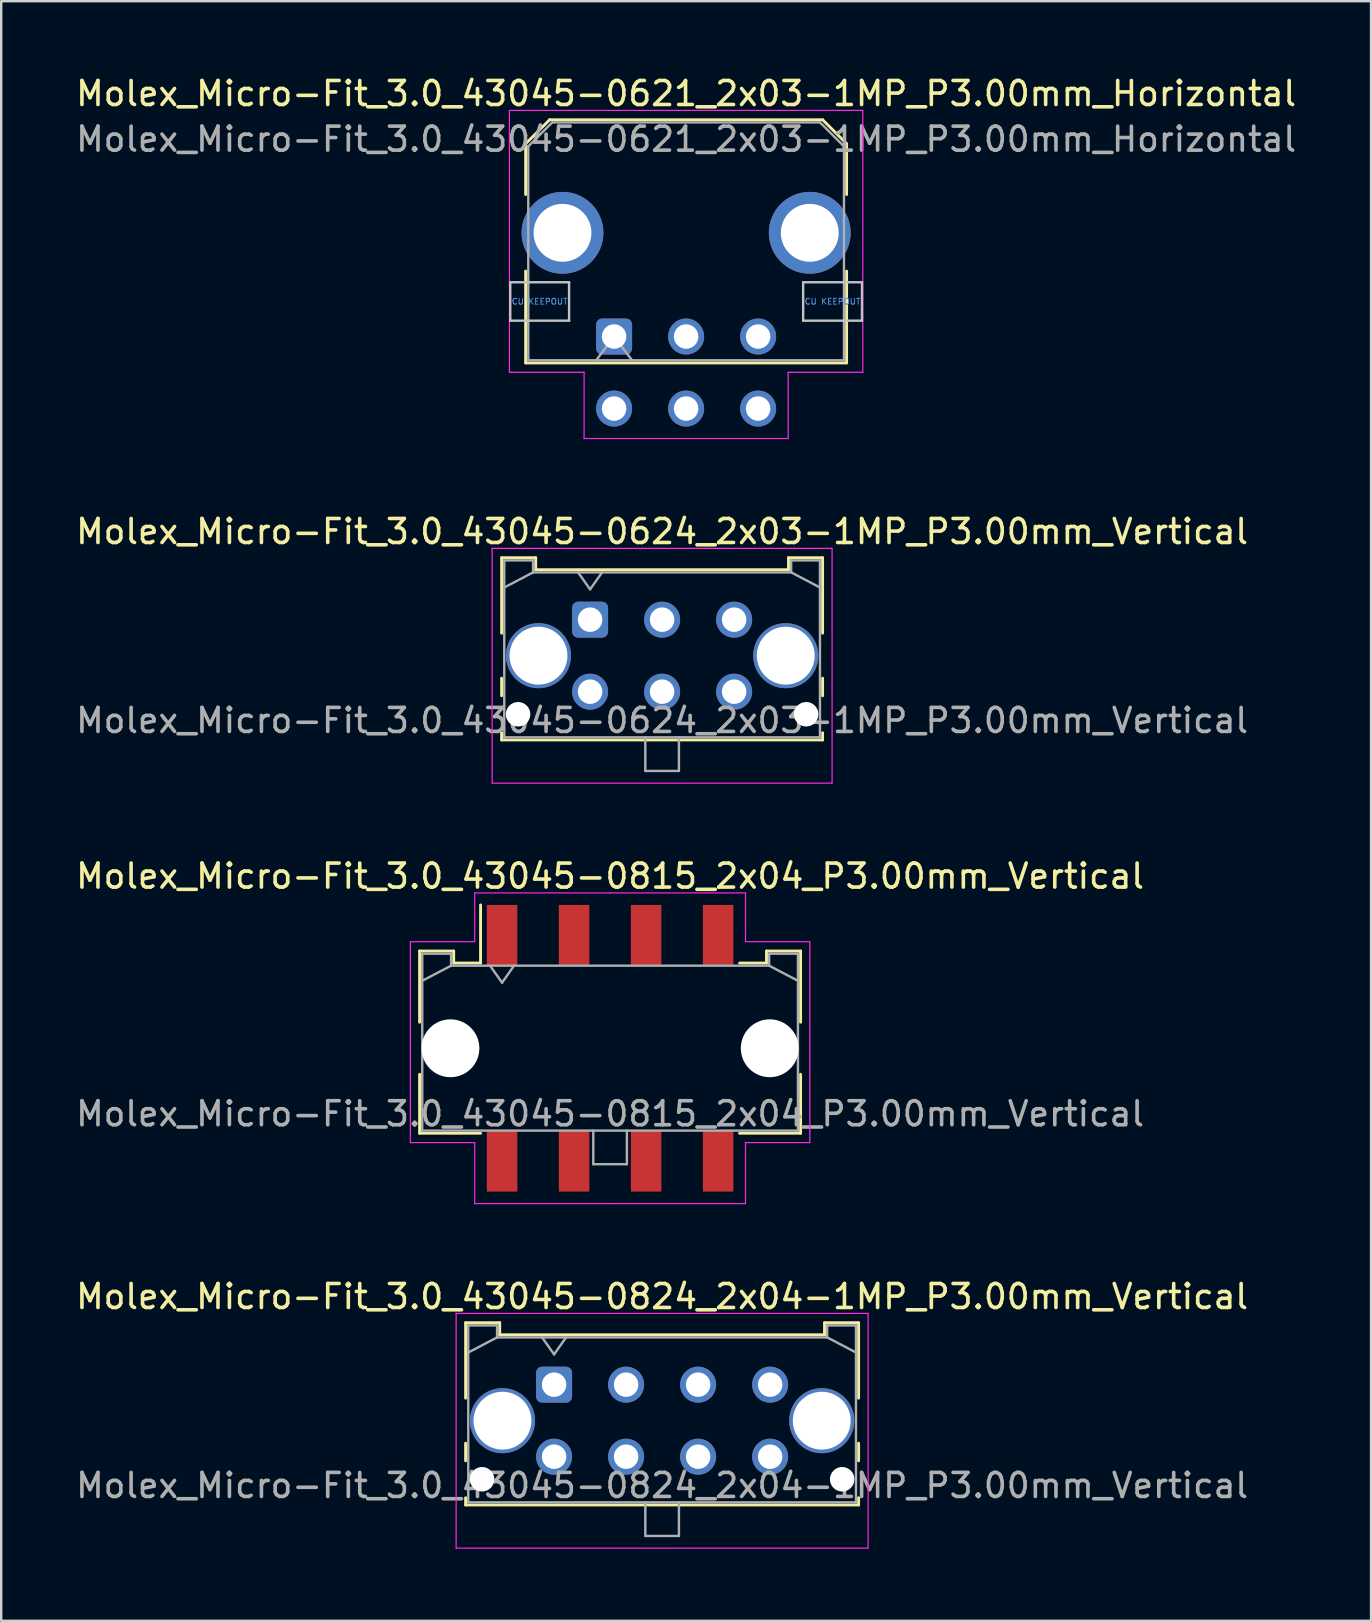
<source format=kicad_pcb>
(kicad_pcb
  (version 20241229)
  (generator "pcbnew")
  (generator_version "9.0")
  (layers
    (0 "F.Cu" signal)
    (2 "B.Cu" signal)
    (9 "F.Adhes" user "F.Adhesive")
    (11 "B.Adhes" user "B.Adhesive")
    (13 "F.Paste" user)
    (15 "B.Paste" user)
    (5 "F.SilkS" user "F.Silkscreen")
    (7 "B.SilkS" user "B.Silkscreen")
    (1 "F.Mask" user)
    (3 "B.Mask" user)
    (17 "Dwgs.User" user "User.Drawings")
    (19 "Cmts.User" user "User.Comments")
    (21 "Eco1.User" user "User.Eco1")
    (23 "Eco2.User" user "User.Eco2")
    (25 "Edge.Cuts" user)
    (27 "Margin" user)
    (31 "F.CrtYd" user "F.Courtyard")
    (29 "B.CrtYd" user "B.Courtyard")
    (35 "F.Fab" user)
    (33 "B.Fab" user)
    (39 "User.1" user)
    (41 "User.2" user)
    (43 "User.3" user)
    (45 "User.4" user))
  (footprint "Molex_Micro-Fit_3.0_43045-0824_2x04-1MP_P3.00mm_Vertical"
    (layer "F.Cu")
    (at 20.03 54.628)
    (property "Reference" "Molex_Micro-Fit_3.0_43045-0824_2x04-1MP_P3.00mm_Vertical" (at 4.5 -3.67 0) (layer "F.SilkS") (effects (font (size 1 1) (thickness 0.15))))
    (fp_line (start -3.685 -2.58) (end -2.265 -2.58) (stroke (width 0.12) (type solid)) (layer "F.SilkS"))
    (fp_line (start -3.685 0.562) (end -3.685 -2.58) (stroke (width 0.12) (type solid)) (layer "F.SilkS"))
    (fp_line (start -3.685 2.438) (end -3.685 3.17) (stroke (width 0.12) (type solid)) (layer "F.SilkS"))
    (fp_line (start -3.685 4.71) (end -3.685 5.01) (stroke (width 0.12) (type solid)) (layer "F.SilkS"))
    (fp_line (start -3.685 5.01) (end 12.685 5.01) (stroke (width 0.12) (type solid)) (layer "F.SilkS"))
    (fp_line (start -2.265 -2.58) (end -2.265 -2.08) (stroke (width 0.12) (type solid)) (layer "F.SilkS"))
    (fp_line (start -2.265 -2.08) (end 11.265 -2.08) (stroke (width 0.12) (type solid)) (layer "F.SilkS"))
    (fp_line (start 11.265 -2.58) (end 12.685 -2.58) (stroke (width 0.12) (type solid)) (layer "F.SilkS"))
    (fp_line (start 11.265 -2.08) (end 11.265 -2.58) (stroke (width 0.12) (type solid)) (layer "F.SilkS"))
    (fp_line (start 12.685 -2.58) (end 12.685 0.562) (stroke (width 0.12) (type solid)) (layer "F.SilkS"))
    (fp_line (start 12.685 2.438) (end 12.685 3.17) (stroke (width 0.12) (type solid)) (layer "F.SilkS"))
    (fp_line (start 12.685 5.01) (end 12.685 4.71) (stroke (width 0.12) (type solid)) (layer "F.SilkS"))
    (fp_line (start -4.08 -2.97) (end 13.08 -2.97) (stroke (width 0.05) (type solid)) (layer "F.CrtYd"))
    (fp_line (start -4.08 6.81) (end -4.08 -2.97) (stroke (width 0.05) (type solid)) (layer "F.CrtYd"))
    (fp_line (start 13.08 -2.97) (end 13.08 6.81) (stroke (width 0.05) (type solid)) (layer "F.CrtYd"))
    (fp_line (start 13.08 6.81) (end -4.08 6.81) (stroke (width 0.05) (type solid)) (layer "F.CrtYd"))
    (fp_line (start -3.575 -2.47) (end -3.575 4.9) (stroke (width 0.1) (type solid)) (layer "F.Fab"))
    (fp_line (start -3.575 -1.34) (end -2.375 -1.97) (stroke (width 0.1) (type solid)) (layer "F.Fab"))
    (fp_line (start -3.575 4.9) (end 12.575 4.9) (stroke (width 0.1) (type solid)) (layer "F.Fab"))
    (fp_line (start -2.375 -2.47) (end -3.575 -2.47) (stroke (width 0.1) (type solid)) (layer "F.Fab"))
    (fp_line (start -2.375 -1.97) (end -2.375 -2.47) (stroke (width 0.1) (type solid)) (layer "F.Fab"))
    (fp_line (start -0.5 -1.97) (end 0 -1.263) (stroke (width 0.1) (type solid)) (layer "F.Fab"))
    (fp_line (start 0 -1.263) (end 0.5 -1.97) (stroke (width 0.1) (type solid)) (layer "F.Fab"))
    (fp_line (start 3.8 4.9) (end 3.8 6.3) (stroke (width 0.1) (type solid)) (layer "F.Fab"))
    (fp_line (start 3.8 6.3) (end 5.2 6.3) (stroke (width 0.1) (type solid)) (layer "F.Fab"))
    (fp_line (start 5.2 6.3) (end 5.2 4.9) (stroke (width 0.1) (type solid)) (layer "F.Fab"))
    (fp_line (start 11.375 -2.47) (end 11.375 -1.97) (stroke (width 0.1) (type solid)) (layer "F.Fab"))
    (fp_line (start 11.375 -1.97) (end -2.375 -1.97) (stroke (width 0.1) (type solid)) (layer "F.Fab"))
    (fp_line (start 12.575 -2.47) (end 11.375 -2.47) (stroke (width 0.1) (type solid)) (layer "F.Fab"))
    (fp_line (start 12.575 -1.34) (end 11.375 -1.97) (stroke (width 0.1) (type solid)) (layer "F.Fab"))
    (fp_line (start 12.575 4.9) (end 12.575 -2.47) (stroke (width 0.1) (type solid)) (layer "F.Fab"))
    (fp_text user "${REFERENCE}" (at 4.5 4.2 0) (layer "F.Fab") (effects (font (size 1 1) (thickness 0.15))))
    (pad "" np_thru_hole circle (at -3 3.94) (size 1.02 1.02) (drill 1.02) (layers "*.Cu" "*.Mask"))
    (pad "" np_thru_hole circle (at 12 3.94) (size 1.02 1.02) (drill 1.02) (layers "*.Cu" "*.Mask"))
    (pad "1" thru_hole roundrect (at 0 0) (size 1.5 1.5) (drill 1.02) (layers "*.Cu" "*.Mask") (roundrect_rratio 0.167))
    (pad "2" thru_hole circle (at 3 0) (size 1.5 1.5) (drill 1.02) (layers "*.Cu" "*.Mask"))
    (pad "3" thru_hole circle (at 6 0) (size 1.5 1.5) (drill 1.02) (layers "*.Cu" "*.Mask"))
    (pad "4" thru_hole circle (at 9 0) (size 1.5 1.5) (drill 1.02) (layers "*.Cu" "*.Mask"))
    (pad "5" thru_hole circle (at 0 3) (size 1.5 1.5) (drill 1.02) (layers "*.Cu" "*.Mask"))
    (pad "6" thru_hole circle (at 3 3) (size 1.5 1.5) (drill 1.02) (layers "*.Cu" "*.Mask"))
    (pad "7" thru_hole circle (at 6 3) (size 1.5 1.5) (drill 1.02) (layers "*.Cu" "*.Mask"))
    (pad "8" thru_hole circle (at 9 3) (size 1.5 1.5) (drill 1.02) (layers "*.Cu" "*.Mask"))
    (pad "MP" thru_hole circle (at -2.15 1.5) (size 2.71 2.71) (drill 2.41) (layers "*.Cu" "*.Mask"))
    (pad "MP" thru_hole circle (at 11.15 1.5) (size 2.71 2.71) (drill 2.41) (layers "*.Cu" "*.Mask")))
  (footprint "Molex_Micro-Fit_3.0_43045-0624_2x03-1MP_P3.00mm_Vertical"
    (layer "F.Cu")
    (at 21.53 22.762)
    (property "Reference" "Molex_Micro-Fit_3.0_43045-0624_2x03-1MP_P3.00mm_Vertical" (at 3 -3.67 0) (layer "F.SilkS") (effects (font (size 1 1) (thickness 0.15))))
    (fp_line (start -3.685 -2.58) (end -2.265 -2.58) (stroke (width 0.12) (type solid)) (layer "F.SilkS"))
    (fp_line (start -3.685 0.562) (end -3.685 -2.58) (stroke (width 0.12) (type solid)) (layer "F.SilkS"))
    (fp_line (start -3.685 2.438) (end -3.685 3.17) (stroke (width 0.12) (type solid)) (layer "F.SilkS"))
    (fp_line (start -3.685 4.71) (end -3.685 5.01) (stroke (width 0.12) (type solid)) (layer "F.SilkS"))
    (fp_line (start -3.685 5.01) (end 9.685 5.01) (stroke (width 0.12) (type solid)) (layer "F.SilkS"))
    (fp_line (start -2.265 -2.58) (end -2.265 -2.08) (stroke (width 0.12) (type solid)) (layer "F.SilkS"))
    (fp_line (start -2.265 -2.08) (end 8.265 -2.08) (stroke (width 0.12) (type solid)) (layer "F.SilkS"))
    (fp_line (start 8.265 -2.58) (end 9.685 -2.58) (stroke (width 0.12) (type solid)) (layer "F.SilkS"))
    (fp_line (start 8.265 -2.08) (end 8.265 -2.58) (stroke (width 0.12) (type solid)) (layer "F.SilkS"))
    (fp_line (start 9.685 -2.58) (end 9.685 0.562) (stroke (width 0.12) (type solid)) (layer "F.SilkS"))
    (fp_line (start 9.685 2.438) (end 9.685 3.17) (stroke (width 0.12) (type solid)) (layer "F.SilkS"))
    (fp_line (start 9.685 5.01) (end 9.685 4.71) (stroke (width 0.12) (type solid)) (layer "F.SilkS"))
    (fp_line (start -4.08 -2.97) (end 10.08 -2.97) (stroke (width 0.05) (type solid)) (layer "F.CrtYd"))
    (fp_line (start -4.08 6.81) (end -4.08 -2.97) (stroke (width 0.05) (type solid)) (layer "F.CrtYd"))
    (fp_line (start 10.08 -2.97) (end 10.08 6.81) (stroke (width 0.05) (type solid)) (layer "F.CrtYd"))
    (fp_line (start 10.08 6.81) (end -4.08 6.81) (stroke (width 0.05) (type solid)) (layer "F.CrtYd"))
    (fp_line (start -3.575 -2.47) (end -3.575 4.9) (stroke (width 0.1) (type solid)) (layer "F.Fab"))
    (fp_line (start -3.575 -1.34) (end -2.375 -1.97) (stroke (width 0.1) (type solid)) (layer "F.Fab"))
    (fp_line (start -3.575 4.9) (end 9.575 4.9) (stroke (width 0.1) (type solid)) (layer "F.Fab"))
    (fp_line (start -2.375 -2.47) (end -3.575 -2.47) (stroke (width 0.1) (type solid)) (layer "F.Fab"))
    (fp_line (start -2.375 -1.97) (end -2.375 -2.47) (stroke (width 0.1) (type solid)) (layer "F.Fab"))
    (fp_line (start -0.5 -1.97) (end 0 -1.263) (stroke (width 0.1) (type solid)) (layer "F.Fab"))
    (fp_line (start 0 -1.263) (end 0.5 -1.97) (stroke (width 0.1) (type solid)) (layer "F.Fab"))
    (fp_line (start 2.3 4.9) (end 2.3 6.3) (stroke (width 0.1) (type solid)) (layer "F.Fab"))
    (fp_line (start 2.3 6.3) (end 3.7 6.3) (stroke (width 0.1) (type solid)) (layer "F.Fab"))
    (fp_line (start 3.7 6.3) (end 3.7 4.9) (stroke (width 0.1) (type solid)) (layer "F.Fab"))
    (fp_line (start 8.375 -2.47) (end 8.375 -1.97) (stroke (width 0.1) (type solid)) (layer "F.Fab"))
    (fp_line (start 8.375 -1.97) (end -2.375 -1.97) (stroke (width 0.1) (type solid)) (layer "F.Fab"))
    (fp_line (start 9.575 -2.47) (end 8.375 -2.47) (stroke (width 0.1) (type solid)) (layer "F.Fab"))
    (fp_line (start 9.575 -1.34) (end 8.375 -1.97) (stroke (width 0.1) (type solid)) (layer "F.Fab"))
    (fp_line (start 9.575 4.9) (end 9.575 -2.47) (stroke (width 0.1) (type solid)) (layer "F.Fab"))
    (fp_text user "${REFERENCE}" (at 3 4.2 0) (layer "F.Fab") (effects (font (size 1 1) (thickness 0.15))))
    (pad "" np_thru_hole circle (at -3 3.94) (size 1.02 1.02) (drill 1.02) (layers "*.Cu" "*.Mask"))
    (pad "" np_thru_hole circle (at 9 3.94) (size 1.02 1.02) (drill 1.02) (layers "*.Cu" "*.Mask"))
    (pad "1" thru_hole roundrect (at 0 0) (size 1.5 1.5) (drill 1.02) (layers "*.Cu" "*.Mask") (roundrect_rratio 0.167))
    (pad "2" thru_hole circle (at 3 0) (size 1.5 1.5) (drill 1.02) (layers "*.Cu" "*.Mask"))
    (pad "3" thru_hole circle (at 6 0) (size 1.5 1.5) (drill 1.02) (layers "*.Cu" "*.Mask"))
    (pad "4" thru_hole circle (at 0 3) (size 1.5 1.5) (drill 1.02) (layers "*.Cu" "*.Mask"))
    (pad "5" thru_hole circle (at 3 3) (size 1.5 1.5) (drill 1.02) (layers "*.Cu" "*.Mask"))
    (pad "6" thru_hole circle (at 6 3) (size 1.5 1.5) (drill 1.02) (layers "*.Cu" "*.Mask"))
    (pad "MP" thru_hole circle (at -2.15 1.5) (size 2.71 2.71) (drill 2.41) (layers "*.Cu" "*.Mask"))
    (pad "MP" thru_hole circle (at 8.15 1.5) (size 2.71 2.71) (drill 2.41) (layers "*.Cu" "*.Mask")))
  (footprint "Molex_Micro-Fit_3.0_43045-0815_2x04_P3.00mm_Vertical"
    (layer "F.Cu")
    (at 22.363 40.615)
    (property "Reference" "Molex_Micro-Fit_3.0_43045-0815_2x04_P3.00mm_Vertical" (at 0 -7.17 0) (layer "F.SilkS") (effects (font (size 1 1) (thickness 0.15))))
    (attr smd)
    (fp_line (start -7.935 -4.05) (end -6.515 -4.05) (stroke (width 0.12) (type solid)) (layer "F.SilkS"))
    (fp_line (start -7.935 -1.085) (end -7.935 -4.05) (stroke (width 0.12) (type solid)) (layer "F.SilkS"))
    (fp_line (start -7.935 1.085) (end -7.935 3.54) (stroke (width 0.12) (type solid)) (layer "F.SilkS"))
    (fp_line (start -7.935 3.54) (end -5.395 3.54) (stroke (width 0.12) (type solid)) (layer "F.SilkS"))
    (fp_line (start -6.515 -4.05) (end -6.515 -3.55) (stroke (width 0.12) (type solid)) (layer "F.SilkS"))
    (fp_line (start -6.515 -3.55) (end -5.395 -3.55) (stroke (width 0.12) (type solid)) (layer "F.SilkS"))
    (fp_line (start -5.395 -3.55) (end -5.395 -5.97) (stroke (width 0.12) (type solid)) (layer "F.SilkS"))
    (fp_line (start 6.515 -4.05) (end 6.515 -3.55) (stroke (width 0.12) (type solid)) (layer "F.SilkS"))
    (fp_line (start 6.515 -3.55) (end 5.395 -3.55) (stroke (width 0.12) (type solid)) (layer "F.SilkS"))
    (fp_line (start 7.935 -4.05) (end 6.515 -4.05) (stroke (width 0.12) (type solid)) (layer "F.SilkS"))
    (fp_line (start 7.935 -1.085) (end 7.935 -4.05) (stroke (width 0.12) (type solid)) (layer "F.SilkS"))
    (fp_line (start 7.935 1.085) (end 7.935 3.54) (stroke (width 0.12) (type solid)) (layer "F.SilkS"))
    (fp_line (start 7.935 3.54) (end 5.395 3.54) (stroke (width 0.12) (type solid)) (layer "F.SilkS"))
    (fp_line (start -8.32 -4.44) (end -8.32 3.93) (stroke (width 0.05) (type solid)) (layer "F.CrtYd"))
    (fp_line (start -8.32 3.93) (end -5.64 3.93) (stroke (width 0.05) (type solid)) (layer "F.CrtYd"))
    (fp_line (start -5.64 -6.47) (end -5.64 -4.44) (stroke (width 0.05) (type solid)) (layer "F.CrtYd"))
    (fp_line (start -5.64 -4.44) (end -8.32 -4.44) (stroke (width 0.05) (type solid)) (layer "F.CrtYd"))
    (fp_line (start -5.64 3.93) (end -5.64 6.47) (stroke (width 0.05) (type solid)) (layer "F.CrtYd"))
    (fp_line (start -5.64 6.47) (end 0 6.47) (stroke (width 0.05) (type solid)) (layer "F.CrtYd"))
    (fp_line (start 0 -6.47) (end -5.64 -6.47) (stroke (width 0.05) (type solid)) (layer "F.CrtYd"))
    (fp_line (start 0 -6.47) (end 5.64 -6.47) (stroke (width 0.05) (type solid)) (layer "F.CrtYd"))
    (fp_line (start 5.64 -6.47) (end 5.64 -4.44) (stroke (width 0.05) (type solid)) (layer "F.CrtYd"))
    (fp_line (start 5.64 -4.44) (end 8.32 -4.44) (stroke (width 0.05) (type solid)) (layer "F.CrtYd"))
    (fp_line (start 5.64 3.93) (end 5.64 6.47) (stroke (width 0.05) (type solid)) (layer "F.CrtYd"))
    (fp_line (start 5.64 6.47) (end 0 6.47) (stroke (width 0.05) (type solid)) (layer "F.CrtYd"))
    (fp_line (start 8.32 -4.44) (end 8.32 3.93) (stroke (width 0.05) (type solid)) (layer "F.CrtYd"))
    (fp_line (start 8.32 3.93) (end 5.64 3.93) (stroke (width 0.05) (type solid)) (layer "F.CrtYd"))
    (fp_line (start -7.825 -3.94) (end -7.825 3.43) (stroke (width 0.1) (type solid)) (layer "F.Fab"))
    (fp_line (start -7.825 -2.81) (end -6.625 -3.44) (stroke (width 0.1) (type solid)) (layer "F.Fab"))
    (fp_line (start -7.825 3.43) (end 7.825 3.43) (stroke (width 0.1) (type solid)) (layer "F.Fab"))
    (fp_line (start -6.625 -3.94) (end -7.825 -3.94) (stroke (width 0.1) (type solid)) (layer "F.Fab"))
    (fp_line (start -6.625 -3.44) (end -6.625 -3.94) (stroke (width 0.1) (type solid)) (layer "F.Fab"))
    (fp_line (start -5 -3.44) (end -4.5 -2.733) (stroke (width 0.1) (type solid)) (layer "F.Fab"))
    (fp_line (start -4.5 -2.733) (end -4 -3.44) (stroke (width 0.1) (type solid)) (layer "F.Fab"))
    (fp_line (start -0.7 3.43) (end -0.7 4.83) (stroke (width 0.1) (type solid)) (layer "F.Fab"))
    (fp_line (start -0.7 4.83) (end 0.7 4.83) (stroke (width 0.1) (type solid)) (layer "F.Fab"))
    (fp_line (start 0.7 4.83) (end 0.7 3.43) (stroke (width 0.1) (type solid)) (layer "F.Fab"))
    (fp_line (start 6.625 -3.94) (end 6.625 -3.44) (stroke (width 0.1) (type solid)) (layer "F.Fab"))
    (fp_line (start 6.625 -3.44) (end -6.625 -3.44) (stroke (width 0.1) (type solid)) (layer "F.Fab"))
    (fp_line (start 7.825 -3.94) (end 6.625 -3.94) (stroke (width 0.1) (type solid)) (layer "F.Fab"))
    (fp_line (start 7.825 -2.81) (end 6.625 -3.44) (stroke (width 0.1) (type solid)) (layer "F.Fab"))
    (fp_line (start 7.825 3.43) (end 7.825 -3.94) (stroke (width 0.1) (type solid)) (layer "F.Fab"))
    (fp_text user "${REFERENCE}" (at 0 2.73 0) (layer "F.Fab") (effects (font (size 1 1) (thickness 0.15))))
    (pad "" np_thru_hole circle (at -6.65 0) (size 2.41 2.41) (drill 2.41) (layers "*.Cu" "*.Mask"))
    (pad "" np_thru_hole circle (at 6.65 0) (size 2.41 2.41) (drill 2.41) (layers "*.Cu" "*.Mask"))
    (pad "1" smd rect (at -4.5 -4.7) (size 1.27 2.54) (layers "F.Cu" "F.Mask" "F.Paste"))
    (pad "2" smd rect (at -1.5 -4.7) (size 1.27 2.54) (layers "F.Cu" "F.Mask" "F.Paste"))
    (pad "3" smd rect (at 1.5 -4.7) (size 1.27 2.54) (layers "F.Cu" "F.Mask" "F.Paste"))
    (pad "4" smd rect (at 4.5 -4.7) (size 1.27 2.54) (layers "F.Cu" "F.Mask" "F.Paste"))
    (pad "5" smd rect (at -4.5 4.7) (size 1.27 2.54) (layers "F.Cu" "F.Mask" "F.Paste"))
    (pad "6" smd rect (at -1.5 4.7) (size 1.27 2.54) (layers "F.Cu" "F.Mask" "F.Paste"))
    (pad "7" smd rect (at 1.5 4.7) (size 1.27 2.54) (layers "F.Cu" "F.Mask" "F.Paste"))
    (pad "8" smd rect (at 4.5 4.7) (size 1.27 2.54) (layers "F.Cu" "F.Mask" "F.Paste")))
  (footprint "Molex_Micro-Fit_3.0_43045-0621_2x03-1MP_P3.00mm_Horizontal"
    (layer "F.Cu")
    (at 22.53 10.968)
    (property "Reference" "Molex_Micro-Fit_3.0_43045-0621_2x03-1MP_P3.00mm_Horizontal" (at 3 -10.12 0) (layer "F.SilkS") (effects (font (size 1 1) (thickness 0.15))))
    (attr through_hole)
    (fp_line (start -3.685 -8.03) (end -2.685 -9.03) (stroke (width 0.12) (type solid)) (layer "F.SilkS"))
    (fp_line (start -3.685 -5.915) (end -3.685 -8.03) (stroke (width 0.12) (type solid)) (layer "F.SilkS"))
    (fp_line (start -3.685 -2.725) (end -3.685 1.1) (stroke (width 0.12) (type solid)) (layer "F.SilkS"))
    (fp_line (start -3.685 1.1) (end 9.685 1.1) (stroke (width 0.12) (type solid)) (layer "F.SilkS"))
    (fp_line (start -2.685 -9.03) (end 8.685 -9.03) (stroke (width 0.12) (type solid)) (layer "F.SilkS"))
    (fp_line (start 8.685 -9.03) (end 9.685 -8.03) (stroke (width 0.12) (type solid)) (layer "F.SilkS"))
    (fp_line (start 9.685 -8.03) (end 9.685 -5.915) (stroke (width 0.12) (type solid)) (layer "F.SilkS"))
    (fp_line (start 9.685 1.1) (end 9.685 -2.725) (stroke (width 0.12) (type solid)) (layer "F.SilkS"))
    (fp_line (start -4.325 -2.26) (end -4.325 -0.66) (stroke (width 0.1) (type solid)) (layer "Dwgs.User"))
    (fp_line (start -4.325 -0.66) (end -1.875 -0.66) (stroke (width 0.1) (type solid)) (layer "Dwgs.User"))
    (fp_line (start -1.875 -2.26) (end -4.325 -2.26) (stroke (width 0.1) (type solid)) (layer "Dwgs.User"))
    (fp_line (start -1.875 -0.66) (end -1.875 -2.26) (stroke (width 0.1) (type solid)) (layer "Dwgs.User"))
    (fp_line (start 7.875 -2.26) (end 7.875 -0.66) (stroke (width 0.1) (type solid)) (layer "Dwgs.User"))
    (fp_line (start 7.875 -0.66) (end 10.325 -0.66) (stroke (width 0.1) (type solid)) (layer "Dwgs.User"))
    (fp_line (start 10.325 -2.26) (end 7.875 -2.26) (stroke (width 0.1) (type solid)) (layer "Dwgs.User"))
    (fp_line (start 10.325 -0.66) (end 10.325 -2.26) (stroke (width 0.1) (type solid)) (layer "Dwgs.User"))
    (fp_line (start -4.36 -9.42) (end 10.36 -9.42) (stroke (width 0.05) (type solid)) (layer "F.CrtYd"))
    (fp_line (start -4.36 1.49) (end -4.36 -9.42) (stroke (width 0.05) (type solid)) (layer "F.CrtYd"))
    (fp_line (start -1.25 1.49) (end -4.36 1.49) (stroke (width 0.05) (type solid)) (layer "F.CrtYd"))
    (fp_line (start -1.25 4.25) (end -1.25 1.49) (stroke (width 0.05) (type solid)) (layer "F.CrtYd"))
    (fp_line (start 7.25 1.49) (end 7.25 4.25) (stroke (width 0.05) (type solid)) (layer "F.CrtYd"))
    (fp_line (start 7.25 4.25) (end -1.25 4.25) (stroke (width 0.05) (type solid)) (layer "F.CrtYd"))
    (fp_line (start 10.36 -9.42) (end 10.36 1.49) (stroke (width 0.05) (type solid)) (layer "F.CrtYd"))
    (fp_line (start 10.36 1.49) (end 7.25 1.49) (stroke (width 0.05) (type solid)) (layer "F.CrtYd"))
    (fp_line (start -3.575 -7.92) (end -2.575 -8.92) (stroke (width 0.1) (type solid)) (layer "F.Fab"))
    (fp_line (start -3.575 0.99) (end -3.575 -7.92) (stroke (width 0.1) (type solid)) (layer "F.Fab"))
    (fp_line (start -2.575 -8.92) (end 8.575 -8.92) (stroke (width 0.1) (type solid)) (layer "F.Fab"))
    (fp_line (start -0.75 0.99) (end 0 0) (stroke (width 0.1) (type solid)) (layer "F.Fab"))
    (fp_line (start 0 0) (end 0.75 0.99) (stroke (width 0.1) (type solid)) (layer "F.Fab"))
    (fp_line (start 8.575 -8.92) (end 9.575 -7.92) (stroke (width 0.1) (type solid)) (layer "F.Fab"))
    (fp_line (start 9.575 -7.92) (end 9.575 0.99) (stroke (width 0.1) (type solid)) (layer "F.Fab"))
    (fp_line (start 9.575 0.99) (end -3.575 0.99) (stroke (width 0.1) (type solid)) (layer "F.Fab"))
    (fp_text user "CU KEEPOUT" (at -3.1 -1.46 0) (layer "Cmts.User") (effects (font (size 0.245 0.245) (thickness 0.037))))
    (fp_text user "CU KEEPOUT" (at 9.1 -1.46 0) (layer "Cmts.User") (effects (font (size 0.245 0.245) (thickness 0.037))))
    (fp_text user "${REFERENCE}" (at 3 -8.22 0) (layer "F.Fab") (effects (font (size 1 1) (thickness 0.15))))
    (pad "1" thru_hole roundrect (at 0 0) (size 1.5 1.5) (drill 1.02) (layers "*.Cu" "*.Mask") (roundrect_rratio 0.167))
    (pad "2" thru_hole circle (at 3 0) (size 1.5 1.5) (drill 1.02) (layers "*.Cu" "*.Mask"))
    (pad "3" thru_hole circle (at 6 0) (size 1.5 1.5) (drill 1.02) (layers "*.Cu" "*.Mask"))
    (pad "4" thru_hole circle (at 0 3) (size 1.5 1.5) (drill 1.02) (layers "*.Cu" "*.Mask"))
    (pad "5" thru_hole circle (at 3 3) (size 1.5 1.5) (drill 1.02) (layers "*.Cu" "*.Mask"))
    (pad "6" thru_hole circle (at 6 3) (size 1.5 1.5) (drill 1.02) (layers "*.Cu" "*.Mask"))
    (pad "MP" thru_hole circle (at -2.15 -4.32) (size 3.41 3.41) (drill 2.41) (layers "*.Cu" "*.Mask"))
    (pad "MP" thru_hole circle (at 8.15 -4.32) (size 3.41 3.41) (drill 2.41) (layers "*.Cu" "*.Mask")))
  (gr_rect
    (start -3 -3)
    (end 54.06 64.463)
    (stroke (width 0.1) (type default))
    (fill no)
    (layer "Edge.Cuts")))
</source>
